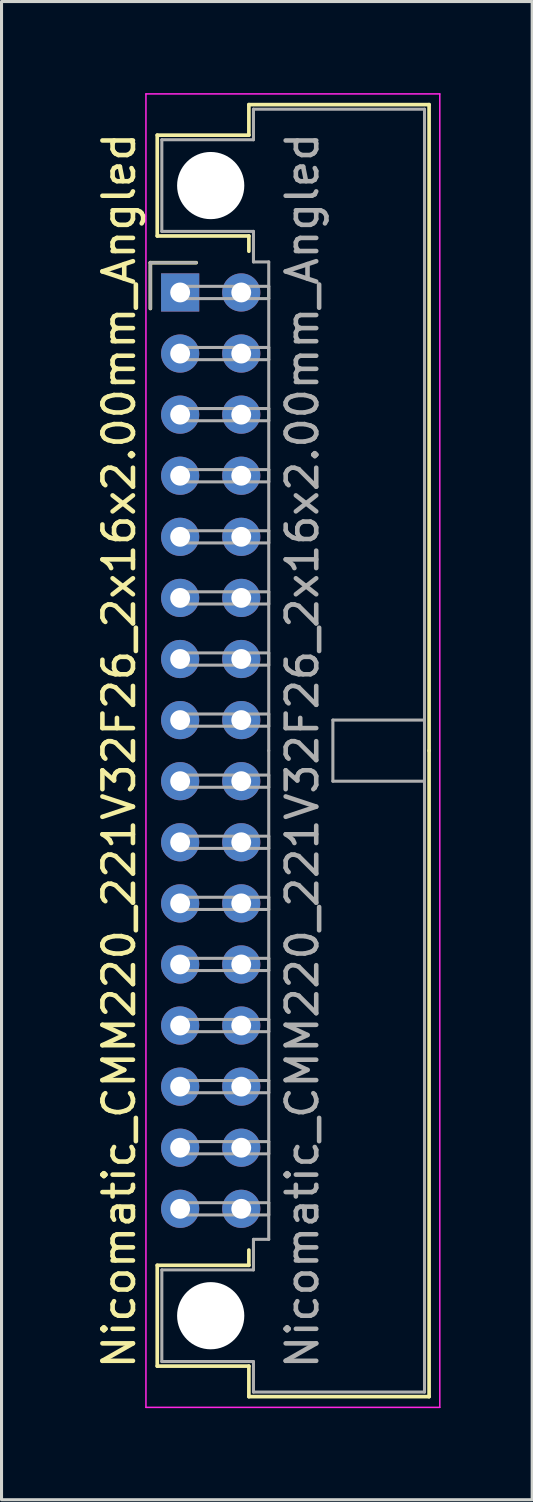
<source format=kicad_pcb>
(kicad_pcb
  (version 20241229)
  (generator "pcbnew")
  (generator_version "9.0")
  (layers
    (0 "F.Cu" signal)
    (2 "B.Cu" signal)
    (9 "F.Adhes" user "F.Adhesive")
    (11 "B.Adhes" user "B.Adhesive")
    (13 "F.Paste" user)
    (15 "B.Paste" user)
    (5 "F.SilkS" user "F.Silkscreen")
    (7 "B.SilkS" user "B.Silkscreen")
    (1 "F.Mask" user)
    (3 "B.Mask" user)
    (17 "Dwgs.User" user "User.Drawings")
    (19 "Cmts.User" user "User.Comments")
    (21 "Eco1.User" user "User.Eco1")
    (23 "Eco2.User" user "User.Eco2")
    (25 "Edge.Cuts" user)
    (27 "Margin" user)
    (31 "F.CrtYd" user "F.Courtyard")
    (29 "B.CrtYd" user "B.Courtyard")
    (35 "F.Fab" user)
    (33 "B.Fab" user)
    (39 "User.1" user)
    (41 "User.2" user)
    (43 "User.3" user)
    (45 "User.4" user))
  (footprint "Nicomatic_CMM220_221V32F26_2x16x2.00mm_Angled"
    (layer "F.Cu")
    (at 2.848 6.525)
    (property "Reference" "Nicomatic_CMM220_221V32F26_2x16x2.00mm_Angled" (at -2 15 90) (layer "F.SilkS") (effects (font (size 1 1) (thickness 0.15))))
    (attr through_hole)
    (fp_line (start -0.975 -0.975) (end -0.975 0.525) (stroke (width 0.12) (type solid)) (layer "F.SilkS"))
    (fp_line (start -0.75 -5.15) (end -0.75 -1.85) (stroke (width 0.12) (type solid)) (layer "F.SilkS"))
    (fp_line (start -0.75 -1.85) (end 2.25 -1.85) (stroke (width 0.12) (type solid)) (layer "F.SilkS"))
    (fp_line (start -0.75 31.85) (end 2.25 31.85) (stroke (width 0.12) (type solid)) (layer "F.SilkS"))
    (fp_line (start -0.75 35.15) (end -0.75 31.85) (stroke (width 0.12) (type solid)) (layer "F.SilkS"))
    (fp_line (start 0.525 -0.975) (end -0.975 -0.975) (stroke (width 0.12) (type solid)) (layer "F.SilkS"))
    (fp_line (start 2.25 -6.15) (end 2.25 -5.15) (stroke (width 0.12) (type solid)) (layer "F.SilkS"))
    (fp_line (start 2.25 -5.15) (end -0.75 -5.15) (stroke (width 0.12) (type solid)) (layer "F.SilkS"))
    (fp_line (start 2.25 -1.85) (end 2.25 -1.35) (stroke (width 0.12) (type solid)) (layer "F.SilkS"))
    (fp_line (start 2.25 31.85) (end 2.25 31.35) (stroke (width 0.12) (type solid)) (layer "F.SilkS"))
    (fp_line (start 2.25 35.15) (end -0.75 35.15) (stroke (width 0.12) (type solid)) (layer "F.SilkS"))
    (fp_line (start 2.25 36.15) (end 2.25 35.15) (stroke (width 0.12) (type solid)) (layer "F.SilkS"))
    (fp_line (start 8.15 -6.15) (end 2.25 -6.15) (stroke (width 0.12) (type solid)) (layer "F.SilkS"))
    (fp_line (start 8.15 15) (end 8.15 -6.15) (stroke (width 0.12) (type solid)) (layer "F.SilkS"))
    (fp_line (start 8.15 15) (end 8.15 36.15) (stroke (width 0.12) (type solid)) (layer "F.SilkS"))
    (fp_line (start 8.15 36.15) (end 2.25 36.15) (stroke (width 0.12) (type solid)) (layer "F.SilkS"))
    (fp_line (start -1.12 -6.5) (end -1.12 36.5) (stroke (width 0.05) (type solid)) (layer "F.CrtYd"))
    (fp_line (start -1.12 36.5) (end 8.5 36.5) (stroke (width 0.05) (type solid)) (layer "F.CrtYd"))
    (fp_line (start 8.5 -6.5) (end -1.12 -6.5) (stroke (width 0.05) (type solid)) (layer "F.CrtYd"))
    (fp_line (start 8.5 36.5) (end 8.5 -6.5) (stroke (width 0.05) (type solid)) (layer "F.CrtYd"))
    (fp_line (start -0.975 -0.975) (end -0.975 0.525) (stroke (width 0.1) (type solid)) (layer "F.Fab"))
    (fp_line (start -0.6 -5) (end -0.6 -2) (stroke (width 0.1) (type solid)) (layer "F.Fab"))
    (fp_line (start -0.6 -2) (end 2.4 -2) (stroke (width 0.1) (type solid)) (layer "F.Fab"))
    (fp_line (start -0.6 32) (end 2.4 32) (stroke (width 0.1) (type solid)) (layer "F.Fab"))
    (fp_line (start -0.6 35) (end -0.6 32) (stroke (width 0.1) (type solid)) (layer "F.Fab"))
    (fp_line (start 0 -0.2) (end 0 0.2) (stroke (width 0.1) (type solid)) (layer "F.Fab"))
    (fp_line (start 0 0.2) (end 2.9 0.2) (stroke (width 0.1) (type solid)) (layer "F.Fab"))
    (fp_line (start 0 1.8) (end 0 2.2) (stroke (width 0.1) (type solid)) (layer "F.Fab"))
    (fp_line (start 0 2.2) (end 2.9 2.2) (stroke (width 0.1) (type solid)) (layer "F.Fab"))
    (fp_line (start 0 3.8) (end 0 4.2) (stroke (width 0.1) (type solid)) (layer "F.Fab"))
    (fp_line (start 0 4.2) (end 2.9 4.2) (stroke (width 0.1) (type solid)) (layer "F.Fab"))
    (fp_line (start 0 5.8) (end 0 6.2) (stroke (width 0.1) (type solid)) (layer "F.Fab"))
    (fp_line (start 0 6.2) (end 2.9 6.2) (stroke (width 0.1) (type solid)) (layer "F.Fab"))
    (fp_line (start 0 7.8) (end 0 8.2) (stroke (width 0.1) (type solid)) (layer "F.Fab"))
    (fp_line (start 0 8.2) (end 2.9 8.2) (stroke (width 0.1) (type solid)) (layer "F.Fab"))
    (fp_line (start 0 9.8) (end 0 10.2) (stroke (width 0.1) (type solid)) (layer "F.Fab"))
    (fp_line (start 0 10.2) (end 2.9 10.2) (stroke (width 0.1) (type solid)) (layer "F.Fab"))
    (fp_line (start 0 11.8) (end 0 12.2) (stroke (width 0.1) (type solid)) (layer "F.Fab"))
    (fp_line (start 0 12.2) (end 2.9 12.2) (stroke (width 0.1) (type solid)) (layer "F.Fab"))
    (fp_line (start 0 13.8) (end 0 14.2) (stroke (width 0.1) (type solid)) (layer "F.Fab"))
    (fp_line (start 0 14.2) (end 2.9 14.2) (stroke (width 0.1) (type solid)) (layer "F.Fab"))
    (fp_line (start 0 15.8) (end 0 16.2) (stroke (width 0.1) (type solid)) (layer "F.Fab"))
    (fp_line (start 0 16.2) (end 2.9 16.2) (stroke (width 0.1) (type solid)) (layer "F.Fab"))
    (fp_line (start 0 17.8) (end 0 18.2) (stroke (width 0.1) (type solid)) (layer "F.Fab"))
    (fp_line (start 0 18.2) (end 2.9 18.2) (stroke (width 0.1) (type solid)) (layer "F.Fab"))
    (fp_line (start 0 19.8) (end 0 20.2) (stroke (width 0.1) (type solid)) (layer "F.Fab"))
    (fp_line (start 0 20.2) (end 2.9 20.2) (stroke (width 0.1) (type solid)) (layer "F.Fab"))
    (fp_line (start 0 21.8) (end 0 22.2) (stroke (width 0.1) (type solid)) (layer "F.Fab"))
    (fp_line (start 0 22.2) (end 2.9 22.2) (stroke (width 0.1) (type solid)) (layer "F.Fab"))
    (fp_line (start 0 23.8) (end 0 24.2) (stroke (width 0.1) (type solid)) (layer "F.Fab"))
    (fp_line (start 0 24.2) (end 2.9 24.2) (stroke (width 0.1) (type solid)) (layer "F.Fab"))
    (fp_line (start 0 25.8) (end 0 26.2) (stroke (width 0.1) (type solid)) (layer "F.Fab"))
    (fp_line (start 0 26.2) (end 2.9 26.2) (stroke (width 0.1) (type solid)) (layer "F.Fab"))
    (fp_line (start 0 27.8) (end 0 28.2) (stroke (width 0.1) (type solid)) (layer "F.Fab"))
    (fp_line (start 0 28.2) (end 2.9 28.2) (stroke (width 0.1) (type solid)) (layer "F.Fab"))
    (fp_line (start 0 29.8) (end 0 30.2) (stroke (width 0.1) (type solid)) (layer "F.Fab"))
    (fp_line (start 0 30.2) (end 2.9 30.2) (stroke (width 0.1) (type solid)) (layer "F.Fab"))
    (fp_line (start 0.525 -0.975) (end -0.975 -0.975) (stroke (width 0.1) (type solid)) (layer "F.Fab"))
    (fp_line (start 2.4 -6) (end 2.4 -5) (stroke (width 0.1) (type solid)) (layer "F.Fab"))
    (fp_line (start 2.4 -5) (end -0.6 -5) (stroke (width 0.1) (type solid)) (layer "F.Fab"))
    (fp_line (start 2.4 -2) (end 2.4 -1) (stroke (width 0.1) (type solid)) (layer "F.Fab"))
    (fp_line (start 2.4 -1) (end 2.9 -1) (stroke (width 0.1) (type solid)) (layer "F.Fab"))
    (fp_line (start 2.4 31) (end 2.9 31) (stroke (width 0.1) (type solid)) (layer "F.Fab"))
    (fp_line (start 2.4 32) (end 2.4 31) (stroke (width 0.1) (type solid)) (layer "F.Fab"))
    (fp_line (start 2.4 35) (end -0.6 35) (stroke (width 0.1) (type solid)) (layer "F.Fab"))
    (fp_line (start 2.4 36) (end 2.4 35) (stroke (width 0.1) (type solid)) (layer "F.Fab"))
    (fp_line (start 2.9 -1) (end 2.9 15) (stroke (width 0.1) (type solid)) (layer "F.Fab"))
    (fp_line (start 2.9 -0.2) (end 0 -0.2) (stroke (width 0.1) (type solid)) (layer "F.Fab"))
    (fp_line (start 2.9 0.2) (end 2.9 -0.2) (stroke (width 0.1) (type solid)) (layer "F.Fab"))
    (fp_line (start 2.9 1.8) (end 0 1.8) (stroke (width 0.1) (type solid)) (layer "F.Fab"))
    (fp_line (start 2.9 2.2) (end 2.9 1.8) (stroke (width 0.1) (type solid)) (layer "F.Fab"))
    (fp_line (start 2.9 3.8) (end 0 3.8) (stroke (width 0.1) (type solid)) (layer "F.Fab"))
    (fp_line (start 2.9 4.2) (end 2.9 3.8) (stroke (width 0.1) (type solid)) (layer "F.Fab"))
    (fp_line (start 2.9 5.8) (end 0 5.8) (stroke (width 0.1) (type solid)) (layer "F.Fab"))
    (fp_line (start 2.9 6.2) (end 2.9 5.8) (stroke (width 0.1) (type solid)) (layer "F.Fab"))
    (fp_line (start 2.9 7.8) (end 0 7.8) (stroke (width 0.1) (type solid)) (layer "F.Fab"))
    (fp_line (start 2.9 8.2) (end 2.9 7.8) (stroke (width 0.1) (type solid)) (layer "F.Fab"))
    (fp_line (start 2.9 9.8) (end 0 9.8) (stroke (width 0.1) (type solid)) (layer "F.Fab"))
    (fp_line (start 2.9 10.2) (end 2.9 9.8) (stroke (width 0.1) (type solid)) (layer "F.Fab"))
    (fp_line (start 2.9 11.8) (end 0 11.8) (stroke (width 0.1) (type solid)) (layer "F.Fab"))
    (fp_line (start 2.9 12.2) (end 2.9 11.8) (stroke (width 0.1) (type solid)) (layer "F.Fab"))
    (fp_line (start 2.9 13.8) (end 0 13.8) (stroke (width 0.1) (type solid)) (layer "F.Fab"))
    (fp_line (start 2.9 14.2) (end 2.9 13.8) (stroke (width 0.1) (type solid)) (layer "F.Fab"))
    (fp_line (start 2.9 15.8) (end 0 15.8) (stroke (width 0.1) (type solid)) (layer "F.Fab"))
    (fp_line (start 2.9 16.2) (end 2.9 15.8) (stroke (width 0.1) (type solid)) (layer "F.Fab"))
    (fp_line (start 2.9 17.8) (end 0 17.8) (stroke (width 0.1) (type solid)) (layer "F.Fab"))
    (fp_line (start 2.9 18.2) (end 2.9 17.8) (stroke (width 0.1) (type solid)) (layer "F.Fab"))
    (fp_line (start 2.9 19.8) (end 0 19.8) (stroke (width 0.1) (type solid)) (layer "F.Fab"))
    (fp_line (start 2.9 20.2) (end 2.9 19.8) (stroke (width 0.1) (type solid)) (layer "F.Fab"))
    (fp_line (start 2.9 21.8) (end 0 21.8) (stroke (width 0.1) (type solid)) (layer "F.Fab"))
    (fp_line (start 2.9 22.2) (end 2.9 21.8) (stroke (width 0.1) (type solid)) (layer "F.Fab"))
    (fp_line (start 2.9 23.8) (end 0 23.8) (stroke (width 0.1) (type solid)) (layer "F.Fab"))
    (fp_line (start 2.9 24.2) (end 2.9 23.8) (stroke (width 0.1) (type solid)) (layer "F.Fab"))
    (fp_line (start 2.9 25.8) (end 0 25.8) (stroke (width 0.1) (type solid)) (layer "F.Fab"))
    (fp_line (start 2.9 26.2) (end 2.9 25.8) (stroke (width 0.1) (type solid)) (layer "F.Fab"))
    (fp_line (start 2.9 27.8) (end 0 27.8) (stroke (width 0.1) (type solid)) (layer "F.Fab"))
    (fp_line (start 2.9 28.2) (end 2.9 27.8) (stroke (width 0.1) (type solid)) (layer "F.Fab"))
    (fp_line (start 2.9 29.8) (end 0 29.8) (stroke (width 0.1) (type solid)) (layer "F.Fab"))
    (fp_line (start 2.9 30.2) (end 2.9 29.8) (stroke (width 0.1) (type solid)) (layer "F.Fab"))
    (fp_line (start 2.9 31) (end 2.9 15) (stroke (width 0.1) (type solid)) (layer "F.Fab"))
    (fp_line (start 5 14) (end 5 16) (stroke (width 0.1) (type solid)) (layer "F.Fab"))
    (fp_line (start 5 16) (end 8 16) (stroke (width 0.1) (type solid)) (layer "F.Fab"))
    (fp_line (start 8 -6) (end 2.4 -6) (stroke (width 0.1) (type solid)) (layer "F.Fab"))
    (fp_line (start 8 14) (end 5 14) (stroke (width 0.1) (type solid)) (layer "F.Fab"))
    (fp_line (start 8 15) (end 8 -6) (stroke (width 0.1) (type solid)) (layer "F.Fab"))
    (fp_line (start 8 15) (end 8 36) (stroke (width 0.1) (type solid)) (layer "F.Fab"))
    (fp_line (start 8 36) (end 2.4 36) (stroke (width 0.1) (type solid)) (layer "F.Fab"))
    (fp_text user "${REFERENCE}" (at 4 15 90) (layer "F.Fab") (effects (font (size 1 1) (thickness 0.15))))
    (pad "" np_thru_hole circle (at 1 -3.5) (size 2.2 2.2) (drill 2.2) (layers "*.Cu" "*.Mask"))
    (pad "" np_thru_hole circle (at 1 33.5) (size 2.2 2.2) (drill 2.2) (layers "*.Cu" "*.Mask"))
    (pad "1" thru_hole rect (at 0 0) (size 1.25 1.25) (drill 0.65) (layers "*.Cu" "*.Mask"))
    (pad "2" thru_hole oval (at 0 2) (size 1.25 1.25) (drill 0.65) (layers "*.Cu" "*.Mask"))
    (pad "3" thru_hole oval (at 0 4) (size 1.25 1.25) (drill 0.65) (layers "*.Cu" "*.Mask"))
    (pad "4" thru_hole oval (at 0 6) (size 1.25 1.25) (drill 0.65) (layers "*.Cu" "*.Mask"))
    (pad "5" thru_hole oval (at 0 8) (size 1.25 1.25) (drill 0.65) (layers "*.Cu" "*.Mask"))
    (pad "6" thru_hole oval (at 0 10) (size 1.25 1.25) (drill 0.65) (layers "*.Cu" "*.Mask"))
    (pad "7" thru_hole oval (at 0 12) (size 1.25 1.25) (drill 0.65) (layers "*.Cu" "*.Mask"))
    (pad "8" thru_hole oval (at 0 14) (size 1.25 1.25) (drill 0.65) (layers "*.Cu" "*.Mask"))
    (pad "9" thru_hole oval (at 0 16) (size 1.25 1.25) (drill 0.65) (layers "*.Cu" "*.Mask"))
    (pad "10" thru_hole oval (at 0 18) (size 1.25 1.25) (drill 0.65) (layers "*.Cu" "*.Mask"))
    (pad "11" thru_hole oval (at 0 20) (size 1.25 1.25) (drill 0.65) (layers "*.Cu" "*.Mask"))
    (pad "12" thru_hole oval (at 0 22) (size 1.25 1.25) (drill 0.65) (layers "*.Cu" "*.Mask"))
    (pad "13" thru_hole oval (at 0 24) (size 1.25 1.25) (drill 0.65) (layers "*.Cu" "*.Mask"))
    (pad "14" thru_hole oval (at 0 26) (size 1.25 1.25) (drill 0.65) (layers "*.Cu" "*.Mask"))
    (pad "15" thru_hole oval (at 0 28) (size 1.25 1.25) (drill 0.65) (layers "*.Cu" "*.Mask"))
    (pad "16" thru_hole oval (at 0 30) (size 1.25 1.25) (drill 0.65) (layers "*.Cu" "*.Mask"))
    (pad "17" thru_hole oval (at 2 0) (size 1.25 1.25) (drill 0.65) (layers "*.Cu" "*.Mask"))
    (pad "18" thru_hole oval (at 2 2) (size 1.25 1.25) (drill 0.65) (layers "*.Cu" "*.Mask"))
    (pad "19" thru_hole oval (at 2 4) (size 1.25 1.25) (drill 0.65) (layers "*.Cu" "*.Mask"))
    (pad "20" thru_hole oval (at 2 6) (size 1.25 1.25) (drill 0.65) (layers "*.Cu" "*.Mask"))
    (pad "21" thru_hole oval (at 2 8) (size 1.25 1.25) (drill 0.65) (layers "*.Cu" "*.Mask"))
    (pad "22" thru_hole oval (at 2 10) (size 1.25 1.25) (drill 0.65) (layers "*.Cu" "*.Mask"))
    (pad "23" thru_hole oval (at 2 12) (size 1.25 1.25) (drill 0.65) (layers "*.Cu" "*.Mask"))
    (pad "24" thru_hole oval (at 2 14) (size 1.25 1.25) (drill 0.65) (layers "*.Cu" "*.Mask"))
    (pad "25" thru_hole oval (at 2 16) (size 1.25 1.25) (drill 0.65) (layers "*.Cu" "*.Mask"))
    (pad "26" thru_hole oval (at 2 18) (size 1.25 1.25) (drill 0.65) (layers "*.Cu" "*.Mask"))
    (pad "27" thru_hole oval (at 2 20) (size 1.25 1.25) (drill 0.65) (layers "*.Cu" "*.Mask"))
    (pad "28" thru_hole oval (at 2 22) (size 1.25 1.25) (drill 0.65) (layers "*.Cu" "*.Mask"))
    (pad "29" thru_hole oval (at 2 24) (size 1.25 1.25) (drill 0.65) (layers "*.Cu" "*.Mask"))
    (pad "30" thru_hole oval (at 2 26) (size 1.25 1.25) (drill 0.65) (layers "*.Cu" "*.Mask"))
    (pad "31" thru_hole oval (at 2 28) (size 1.25 1.25) (drill 0.65) (layers "*.Cu" "*.Mask"))
    (pad "32" thru_hole oval (at 2 30) (size 1.25 1.25) (drill 0.65) (layers "*.Cu" "*.Mask")))
  (gr_rect
    (start -3 -3)
    (end 14.373 46.05)
    (stroke (width 0.1) (type default))
    (fill no)
    (layer "Edge.Cuts")))
</source>
